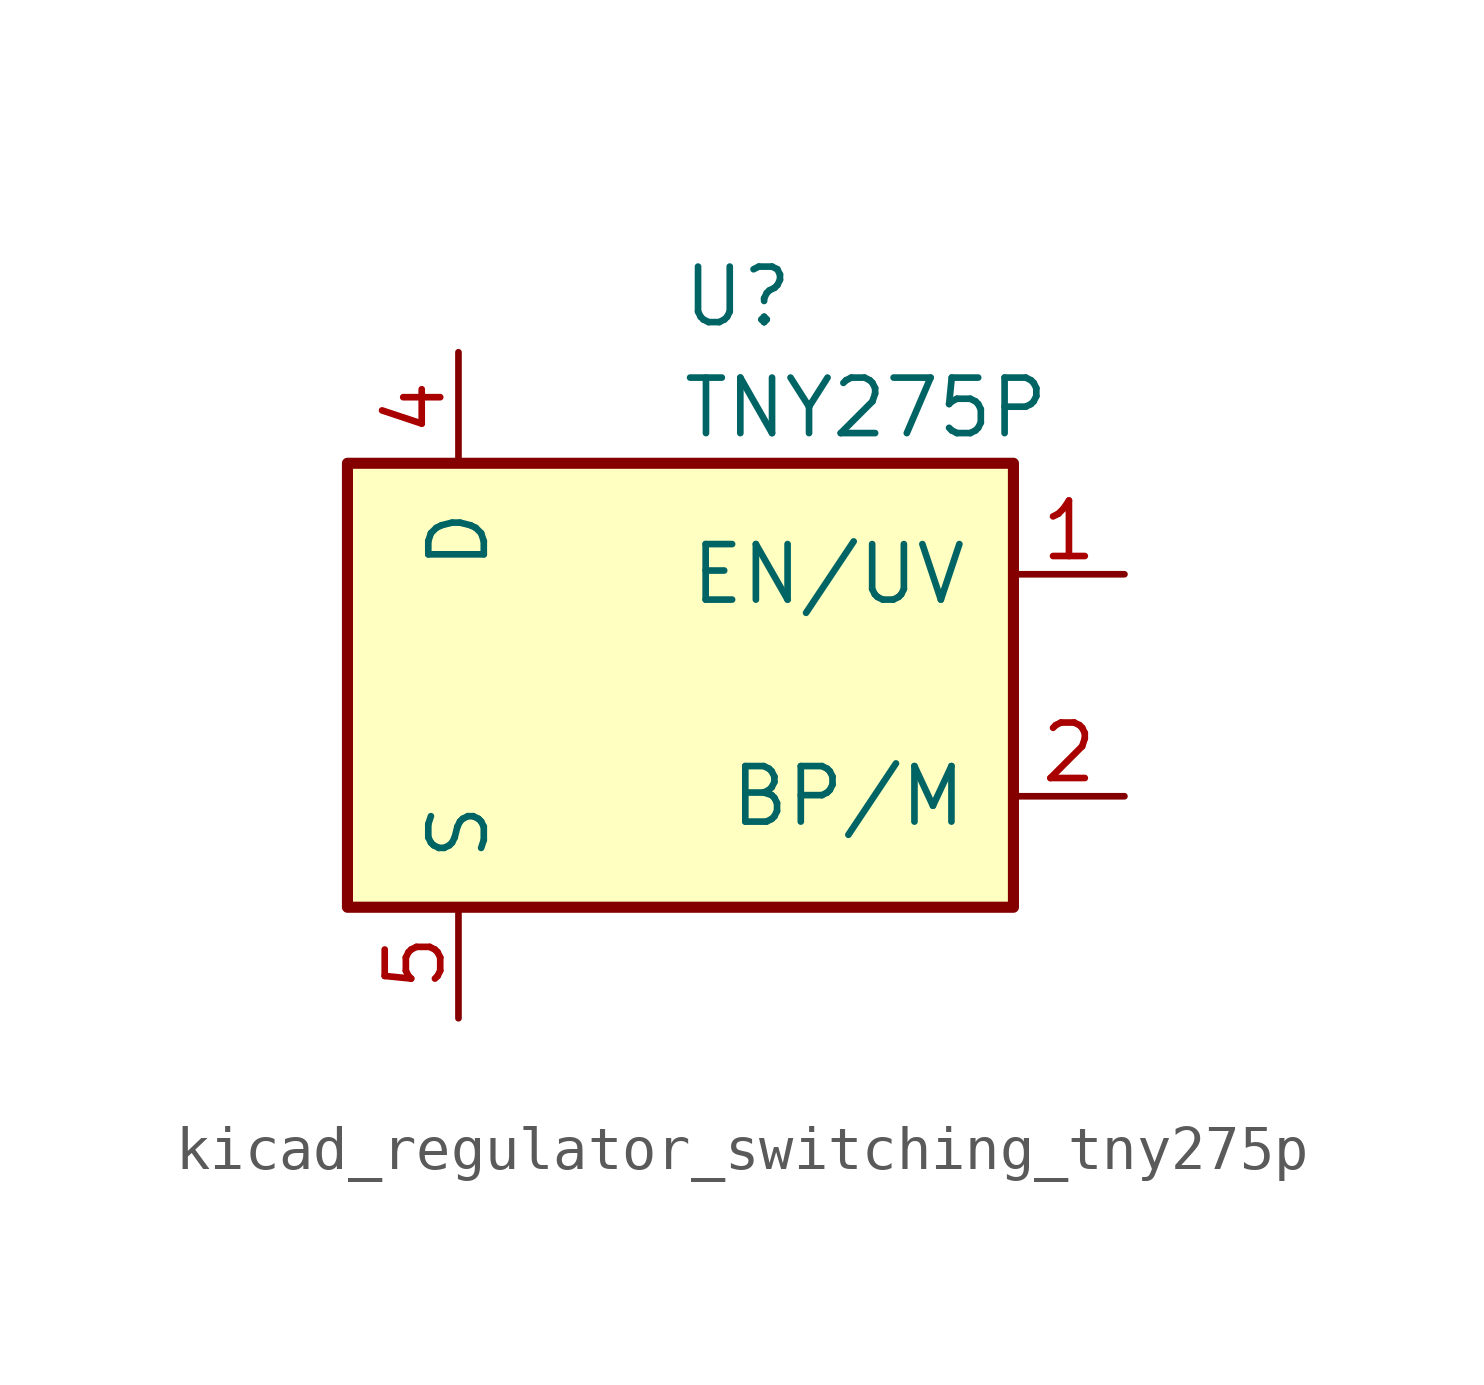
<source format=kicad_sym>
(kicad_symbol_lib
  (version 20220914)
  (generator kicad_symbol_editor)
  (symbol "kicad_regulator_switching_tny275p"
    (pin_names
      (offset 1.016))
    (property "Reference" "U"
      (at 0 8.89 0)
      (effects (font (size 1.27 1.27)) (justify left)))
    (property "Value" "TNY275P"
      (at 0 6.35 0)
      (effects (font (size 1.27 1.27)) (justify left)))
    (symbol "kicad_regulator_switching_tny275p_0_1"
      (rectangle (start -7.62 5.08) (end 7.62 -5.08) (stroke (width 0.254) (type default)) (fill (type background))))
    (symbol "kicad_regulator_switching_tny275p_1_1"
      (pin input line (at 10.16 2.54 180) (length 2.54) (name "EN/UV" (effects (font (size 1.27 1.27)))) (number "1" (effects (font (size 1.27 1.27)))))
      (pin input line (at 10.16 -2.54 180) (length 2.54) (name "BP/M" (effects (font (size 1.27 1.27)))) (number "2" (effects (font (size 1.27 1.27)))))
      (pin open_collector line (at -5.08 7.62 270) (length 2.54) (name "D" (effects (font (size 1.27 1.27)))) (number "4" (effects (font (size 1.27 1.27)))))
      (pin power_in line (at -5.08 -7.62 90) (length 2.54) (name "S" (effects (font (size 1.27 1.27)))) (number "5" (effects (font (size 1.27 1.27)))))
      (pin passive line (at -5.08 -7.62 90) (length 2.54) hide (name "S" (effects (font (size 1.27 1.27)))) (number "6" (effects (font (size 1.27 1.27)))))
      (pin passive line (at -5.08 -7.62 90) (length 2.54) hide (name "S" (effects (font (size 1.27 1.27)))) (number "7" (effects (font (size 1.27 1.27)))))
      (pin passive line (at -5.08 -7.62 90) (length 2.54) hide (name "S" (effects (font (size 1.27 1.27)))) (number "8" (effects (font (size 1.27 1.27))))))))
</source>
